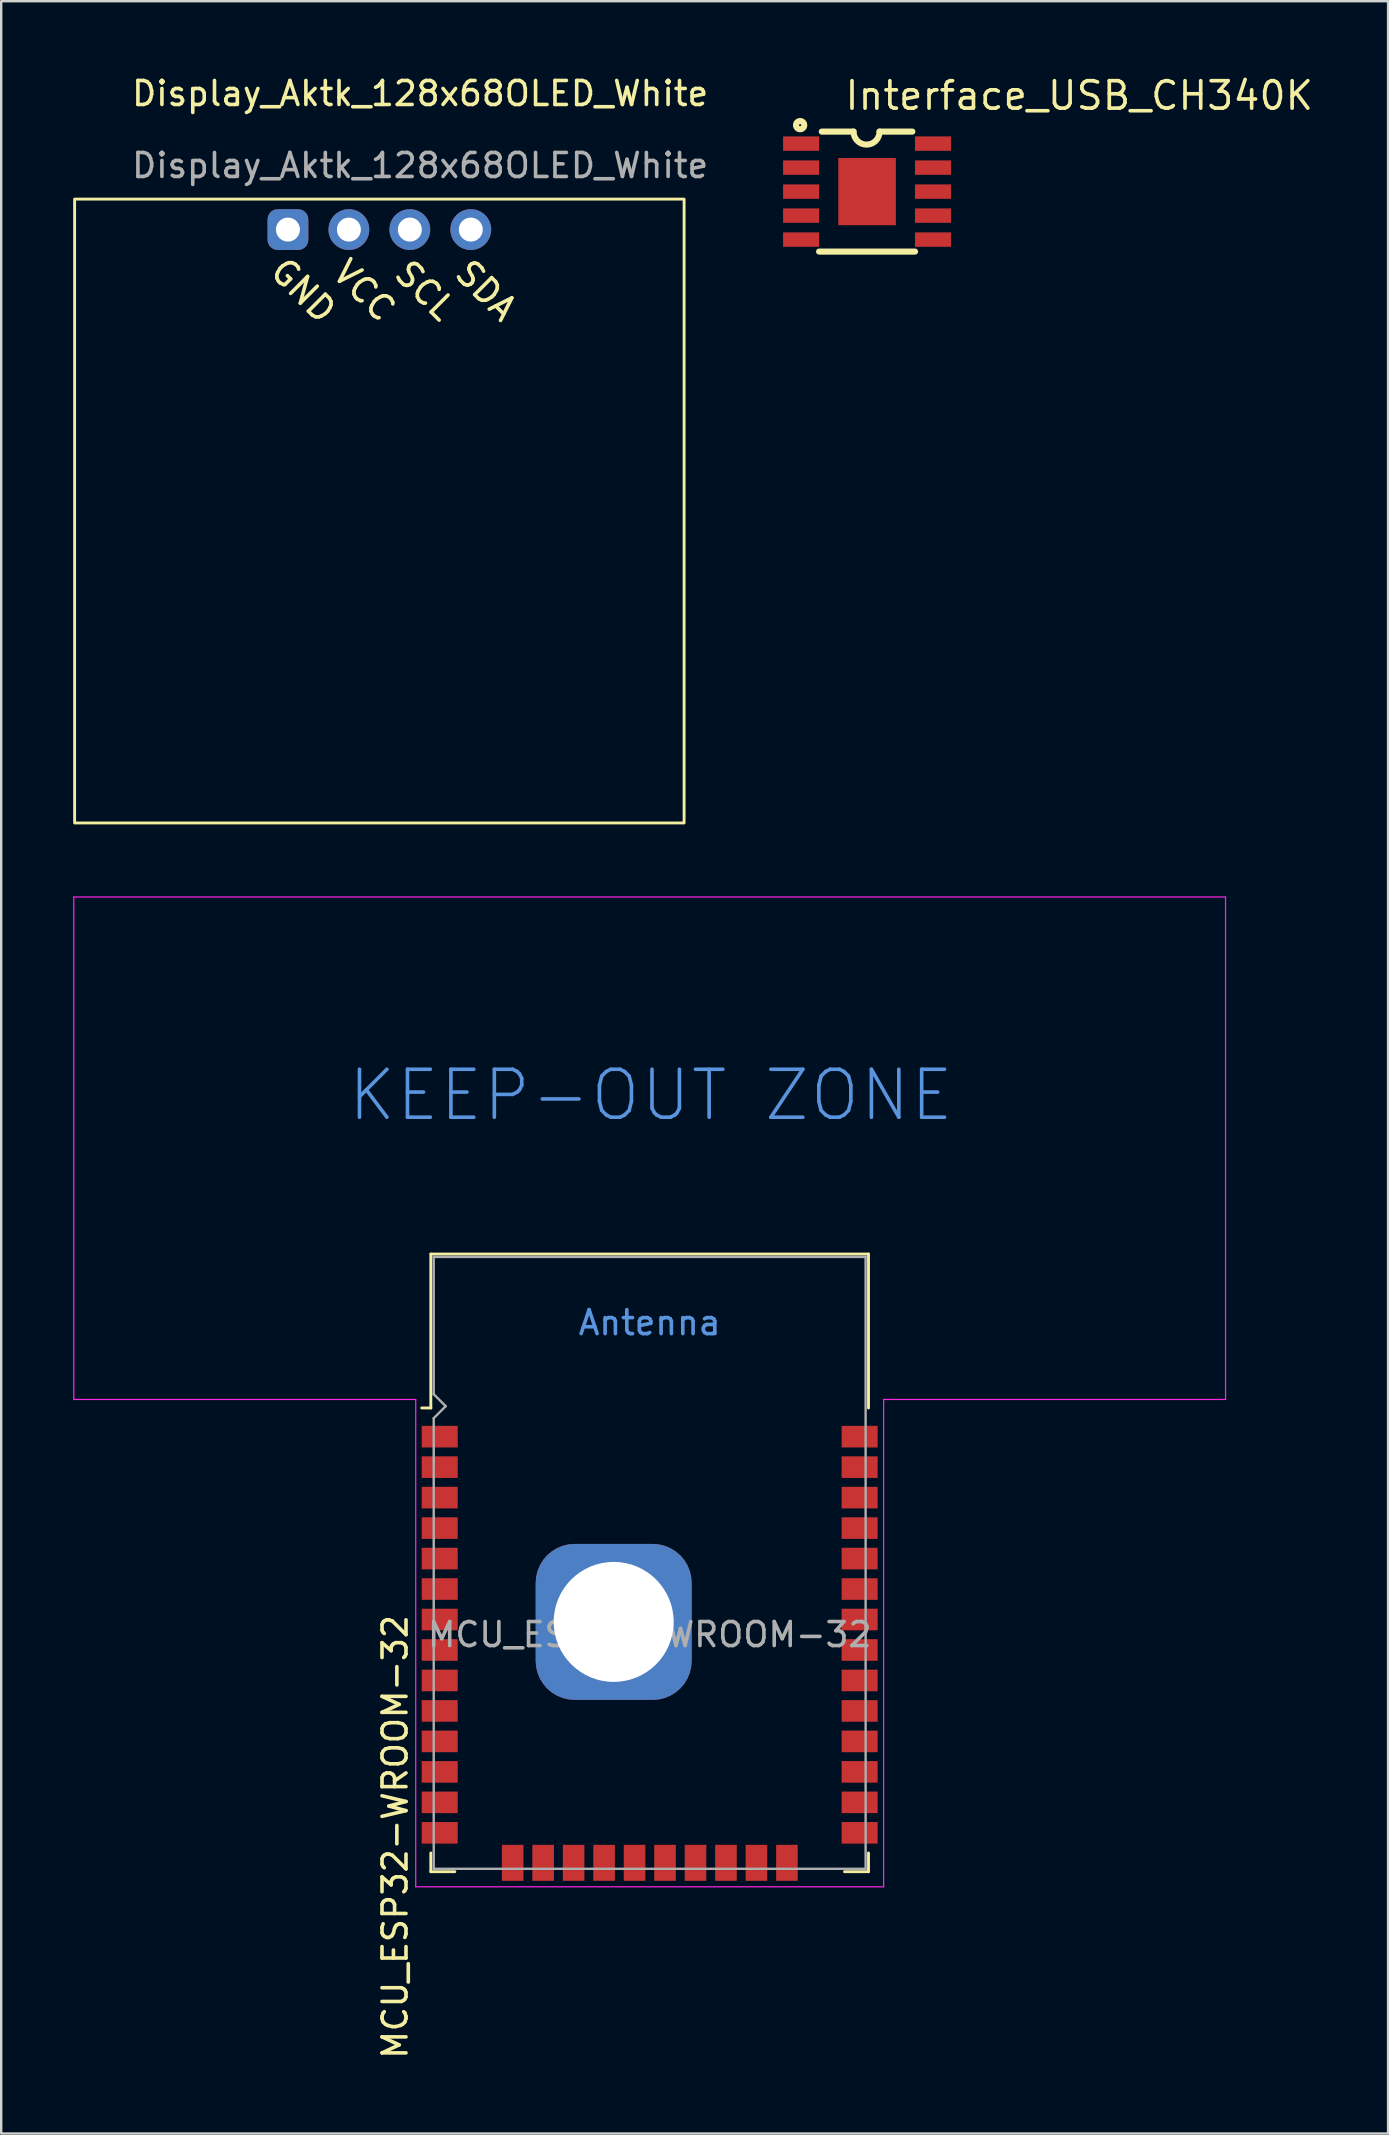
<source format=kicad_pcb>
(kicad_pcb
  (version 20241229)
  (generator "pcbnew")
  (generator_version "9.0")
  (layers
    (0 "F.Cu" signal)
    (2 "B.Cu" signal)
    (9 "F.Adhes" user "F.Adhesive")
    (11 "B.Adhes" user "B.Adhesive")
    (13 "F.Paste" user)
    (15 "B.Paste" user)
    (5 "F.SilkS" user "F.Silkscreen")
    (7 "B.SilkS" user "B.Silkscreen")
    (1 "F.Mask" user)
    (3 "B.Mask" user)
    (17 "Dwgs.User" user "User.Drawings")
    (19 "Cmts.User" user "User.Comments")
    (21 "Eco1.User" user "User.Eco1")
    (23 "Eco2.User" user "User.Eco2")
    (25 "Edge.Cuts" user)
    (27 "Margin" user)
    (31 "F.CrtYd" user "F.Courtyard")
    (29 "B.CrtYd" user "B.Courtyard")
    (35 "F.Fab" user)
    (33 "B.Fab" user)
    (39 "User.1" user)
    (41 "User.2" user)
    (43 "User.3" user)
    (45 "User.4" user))
  (footprint "Display_Aktk_128x68OLED_White"
    (layer "F.Cu")
    (at 12.76 5.248)
    (property "Reference" "Display_Aktk_128x68OLED_White" (at 1.7 -4.4 0) (unlocked yes) (layer "F.SilkS") (effects (font (size 1 1) (thickness 0.15))))
    (attr through_hole)
    (fp_rect (start -12.7 0) (end 12.7 26) (stroke (width 0.12) (type solid)) (fill no) (layer "F.SilkS"))
    (fp_text user "GND" (at -3.175 3.81 315) (unlocked yes) (layer "F.SilkS") (effects (font (size 1 1) (thickness 0.15))))
    (fp_text user "SCL" (at 1.905 3.81 315) (unlocked yes) (layer "F.SilkS") (effects (font (size 1 1) (thickness 0.15))))
    (fp_text user "VCC" (at -0.635 3.81 315) (unlocked yes) (layer "F.SilkS") (effects (font (size 1 1) (thickness 0.15))))
    (fp_text user "SDA" (at 4.445 3.81 315) (unlocked yes) (layer "F.SilkS") (effects (font (size 1 1) (thickness 0.15))))
    (fp_text user "${REFERENCE}" (at 1.7 -1.4 0) (unlocked yes) (layer "F.Fab") (effects (font (size 1 1) (thickness 0.15))))
    (pad "1" thru_hole roundrect (at -3.81 1.27) (size 1.7 1.7) (drill 1) (layers "*.Cu" "*.Mask") (roundrect_rratio 0.25))
    (pad "2" thru_hole circle (at -1.27 1.27) (size 1.7 1.7) (drill 1) (layers "*.Cu" "*.Mask"))
    (pad "3" thru_hole circle (at 1.27 1.27) (size 1.7 1.7) (drill 1) (layers "*.Cu" "*.Mask"))
    (pad "4" thru_hole circle (at 3.81 1.27) (size 1.7 1.7) (drill 1) (layers "*.Cu" "*.Mask")))
  (footprint "MCU_ESP32-WROOM-32"
    (layer "F.Cu")
    (at 15.025 74.833)
    (property "Reference" "MCU_ESP32-WROOM-32" (at -1.61 -1.33 90) (layer "F.SilkS") (effects (font (size 1 1) (thickness 0.15))))
    (attr smd)
    (fp_line (start -0.12 -25.62) (end -0.12 -19.205) (stroke (width 0.12) (type solid)) (layer "F.SilkS"))
    (fp_line (start -0.12 -25.62) (end 18.12 -25.62) (stroke (width 0.12) (type solid)) (layer "F.SilkS"))
    (fp_line (start -0.12 -19.205) (end -0.5 -19.205) (stroke (width 0.12) (type solid)) (layer "F.SilkS"))
    (fp_line (start -0.12 -0.66) (end -0.12 0.12) (stroke (width 0.12) (type solid)) (layer "F.SilkS"))
    (fp_line (start -0.12 0.12) (end 0.88 0.12) (stroke (width 0.12) (type solid)) (layer "F.SilkS"))
    (fp_line (start 18.12 -25.62) (end 18.12 -19.205) (stroke (width 0.12) (type solid)) (layer "F.SilkS"))
    (fp_line (start 18.12 -0.66) (end 18.12 0.12) (stroke (width 0.12) (type solid)) (layer "F.SilkS"))
    (fp_line (start 18.12 0.12) (end 17.12 0.12) (stroke (width 0.12) (type solid)) (layer "F.SilkS"))
    (fp_line (start -15 -40.5) (end -15 -19.56) (stroke (width 0.05) (type solid)) (layer "F.CrtYd"))
    (fp_line (start -15 -19.56) (end -0.75 -19.56) (stroke (width 0.05) (type solid)) (layer "F.CrtYd"))
    (fp_line (start -0.75 0.75) (end -0.75 -19.56) (stroke (width 0.05) (type solid)) (layer "F.CrtYd"))
    (fp_line (start -0.75 0.75) (end 18.75 0.75) (stroke (width 0.05) (type solid)) (layer "F.CrtYd"))
    (fp_line (start 18.75 -19.56) (end 18.75 0.75) (stroke (width 0.05) (type solid)) (layer "F.CrtYd"))
    (fp_line (start 18.75 -19.56) (end 33 -19.56) (stroke (width 0.05) (type solid)) (layer "F.CrtYd"))
    (fp_line (start 33 -40.5) (end -15 -40.5) (stroke (width 0.05) (type solid)) (layer "F.CrtYd"))
    (fp_line (start 33 -19.56) (end 33 -40.5) (stroke (width 0.05) (type solid)) (layer "F.CrtYd"))
    (fp_line (start 0 -25.5) (end 0 -19.78) (stroke (width 0.1) (type solid)) (layer "F.Fab"))
    (fp_line (start 0 -25.5) (end 18 -25.5) (stroke (width 0.1) (type solid)) (layer "F.Fab"))
    (fp_line (start 0 -18.78) (end 0 0) (stroke (width 0.1) (type solid)) (layer "F.Fab"))
    (fp_line (start 0 -18.78) (end 0.5 -19.28) (stroke (width 0.1) (type solid)) (layer "F.Fab"))
    (fp_line (start 0 0) (end 18 0) (stroke (width 0.1) (type solid)) (layer "F.Fab"))
    (fp_line (start 0.5 -19.28) (end 0 -19.78) (stroke (width 0.1) (type solid)) (layer "F.Fab"))
    (fp_line (start 18 0) (end 18 -25.5) (stroke (width 0.1) (type solid)) (layer "F.Fab"))
    (fp_text user "Antenna" (at 9 -22.76 0) (layer "Cmts.User") (effects (font (size 1 1) (thickness 0.15))))
    (fp_text user "KEEP-OUT ZONE" (at 9.05 -32.24 0) (layer "Cmts.User") (effects (font (size 2 2) (thickness 0.15))))
    (fp_text user "${REFERENCE}" (at 9 -9.76 0) (layer "F.Fab") (effects (font (size 1 1) (thickness 0.15))))
    (pad "1" smd rect (at 0.25 -18.01) (size 1.5 0.9) (layers "F.Cu" "F.Mask" "F.Paste"))
    (pad "2" smd rect (at 0.25 -16.74) (size 1.5 0.9) (layers "F.Cu" "F.Mask" "F.Paste"))
    (pad "3" smd rect (at 0.25 -15.47) (size 1.5 0.9) (layers "F.Cu" "F.Mask" "F.Paste"))
    (pad "4" smd rect (at 0.25 -14.2) (size 1.5 0.9) (layers "F.Cu" "F.Mask" "F.Paste"))
    (pad "5" smd rect (at 0.25 -12.93) (size 1.5 0.9) (layers "F.Cu" "F.Mask" "F.Paste"))
    (pad "6" smd rect (at 0.25 -11.66) (size 1.5 0.9) (layers "F.Cu" "F.Mask" "F.Paste"))
    (pad "7" smd rect (at 0.25 -10.39) (size 1.5 0.9) (layers "F.Cu" "F.Mask" "F.Paste"))
    (pad "8" smd rect (at 0.25 -9.12) (size 1.5 0.9) (layers "F.Cu" "F.Mask" "F.Paste"))
    (pad "9" smd rect (at 0.25 -7.85) (size 1.5 0.9) (layers "F.Cu" "F.Mask" "F.Paste"))
    (pad "10" smd rect (at 0.25 -6.58) (size 1.5 0.9) (layers "F.Cu" "F.Mask" "F.Paste"))
    (pad "11" smd rect (at 0.25 -5.31) (size 1.5 0.9) (layers "F.Cu" "F.Mask" "F.Paste"))
    (pad "12" smd rect (at 0.25 -4.04) (size 1.5 0.9) (layers "F.Cu" "F.Mask" "F.Paste"))
    (pad "13" smd rect (at 0.25 -2.77) (size 1.5 0.9) (layers "F.Cu" "F.Mask" "F.Paste"))
    (pad "14" smd rect (at 0.25 -1.5) (size 1.5 0.9) (layers "F.Cu" "F.Mask" "F.Paste"))
    (pad "15" smd rect (at 3.29 -0.25 90) (size 1.5 0.9) (layers "F.Cu" "F.Mask" "F.Paste"))
    (pad "16" smd rect (at 4.56 -0.25 90) (size 1.5 0.9) (layers "F.Cu" "F.Mask" "F.Paste"))
    (pad "17" smd rect (at 5.83 -0.25 90) (size 1.5 0.9) (layers "F.Cu" "F.Mask" "F.Paste"))
    (pad "18" smd rect (at 7.1 -0.25 90) (size 1.5 0.9) (layers "F.Cu" "F.Mask" "F.Paste"))
    (pad "19" smd rect (at 8.37 -0.25 90) (size 1.5 0.9) (layers "F.Cu" "F.Mask" "F.Paste"))
    (pad "20" smd rect (at 9.64 -0.25 90) (size 1.5 0.9) (layers "F.Cu" "F.Mask" "F.Paste"))
    (pad "21" smd rect (at 10.91 -0.25 90) (size 1.5 0.9) (layers "F.Cu" "F.Mask" "F.Paste"))
    (pad "22" smd rect (at 12.18 -0.25 90) (size 1.5 0.9) (layers "F.Cu" "F.Mask" "F.Paste"))
    (pad "23" smd rect (at 13.45 -0.25 90) (size 1.5 0.9) (layers "F.Cu" "F.Mask" "F.Paste"))
    (pad "24" smd rect (at 14.72 -0.25 90) (size 1.5 0.9) (layers "F.Cu" "F.Mask" "F.Paste"))
    (pad "25" smd rect (at 17.75 -1.5) (size 1.5 0.9) (layers "F.Cu" "F.Mask" "F.Paste"))
    (pad "26" smd rect (at 17.75 -2.77) (size 1.5 0.9) (layers "F.Cu" "F.Mask" "F.Paste"))
    (pad "27" smd rect (at 17.75 -4.04) (size 1.5 0.9) (layers "F.Cu" "F.Mask" "F.Paste"))
    (pad "28" smd rect (at 17.75 -5.31) (size 1.5 0.9) (layers "F.Cu" "F.Mask" "F.Paste"))
    (pad "29" smd rect (at 17.75 -6.58) (size 1.5 0.9) (layers "F.Cu" "F.Mask" "F.Paste"))
    (pad "30" smd rect (at 17.75 -7.85) (size 1.5 0.9) (layers "F.Cu" "F.Mask" "F.Paste"))
    (pad "31" smd rect (at 17.75 -9.12) (size 1.5 0.9) (layers "F.Cu" "F.Mask" "F.Paste"))
    (pad "32" smd rect (at 17.75 -10.39) (size 1.5 0.9) (layers "F.Cu" "F.Mask" "F.Paste"))
    (pad "33" smd rect (at 17.75 -11.66) (size 1.5 0.9) (layers "F.Cu" "F.Mask" "F.Paste"))
    (pad "34" smd rect (at 17.75 -12.93) (size 1.5 0.9) (layers "F.Cu" "F.Mask" "F.Paste"))
    (pad "35" smd rect (at 17.75 -14.2) (size 1.5 0.9) (layers "F.Cu" "F.Mask" "F.Paste"))
    (pad "36" smd rect (at 17.75 -15.47) (size 1.5 0.9) (layers "F.Cu" "F.Mask" "F.Paste"))
    (pad "37" smd rect (at 17.75 -16.74) (size 1.5 0.9) (layers "F.Cu" "F.Mask" "F.Paste"))
    (pad "38" smd rect (at 17.75 -18.01) (size 1.5 0.9) (layers "F.Cu" "F.Mask" "F.Paste"))
    (pad "39" thru_hole roundrect (at 7.5 -10.29) (size 6.5 6.5) (drill oval 5) (layers "*.Cu" "*.Mask") (roundrect_rratio 0.25))
    (zone (net_name "") (layers "F.Cu" "B.Cu") (hatch full 0.508) (connect_pads) (min_thickness 0.254) (filled_areas_thickness no) (keepout (tracks not_allowed) (vias not_allowed) (pads not_allowed) (copperpour not_allowed) (footprints not_allowed)) (placement (enabled no)) (fill) (polygon (pts (xy 0.025 55.273) (xy 48.025 55.273) (xy 48.025 34.333) (xy 0.025 34.333)))))
  (footprint "Interface_USB_CH340K"
    (layer "F.Cu")
    (at 33.585 5.435)
    (property "Reference" "Interface_USB_CH340K" (at -1.5 -4.5 0) (layer "F.SilkS") (effects (font (size 1.143 1.143) (thickness 0.152)) (justify left)))
    (attr smd)
    (fp_line (start -2.387 -3) (end -1.064 -3) (stroke (width 0.254) (type solid)) (layer "F.SilkS"))
    (fp_line (start 0.02 -3) (end 1.387 -3) (stroke (width 0.254) (type solid)) (layer "F.SilkS"))
    (fp_line (start 1.5 2) (end -2.5 2) (stroke (width 0.254) (type solid)) (layer "F.SilkS"))
    (fp_arc (start 0.02 -3) (mid -0.522292 -2.461985) (end -1.064004 -3.000583) (stroke (width 0.254) (type solid)) (layer "F.SilkS"))
    (fp_circle (center -3.29 -3.27) (end -3.29 -3.099) (stroke (width 0.254) (type solid)) (fill no) (layer "F.SilkS"))
    (pad "1" smd rect (at -3.25 -2.5 270) (size 0.6 1.5) (layers "F.Cu" "F.Mask" "F.Paste"))
    (pad "2" smd rect (at -3.25 -1.5 270) (size 0.6 1.5) (layers "F.Cu" "F.Mask" "F.Paste"))
    (pad "3" smd rect (at -3.25 -0.5 270) (size 0.6 1.5) (layers "F.Cu" "F.Mask" "F.Paste"))
    (pad "4" smd rect (at -3.25 0.5 270) (size 0.6 1.5) (layers "F.Cu" "F.Mask" "F.Paste"))
    (pad "5" smd rect (at -3.25 1.5 270) (size 0.6 1.5) (layers "F.Cu" "F.Mask" "F.Paste"))
    (pad "6" smd rect (at 2.25 1.5 270) (size 0.6 1.5) (layers "F.Cu" "F.Mask" "F.Paste"))
    (pad "7" smd rect (at 2.25 0.5 270) (size 0.6 1.5) (layers "F.Cu" "F.Mask" "F.Paste"))
    (pad "8" smd rect (at 2.25 -0.5 270) (size 0.6 1.5) (layers "F.Cu" "F.Mask" "F.Paste"))
    (pad "9" smd rect (at 2.25 -1.5 270) (size 0.6 1.5) (layers "F.Cu" "F.Mask" "F.Paste"))
    (pad "10" smd rect (at 2.25 -2.5 270) (size 0.6 1.5) (layers "F.Cu" "F.Mask" "F.Paste"))
    (pad "11" smd rect (at -0.5 -0.5 90) (size 2.8 2.4) (layers "F.Cu" "F.Mask" "F.Paste")))
  (gr_rect
    (start -3 -3)
    (end 54.798 85.866)
    (stroke (width 0.1) (type default))
    (fill no)
    (layer "Edge.Cuts")))
</source>
